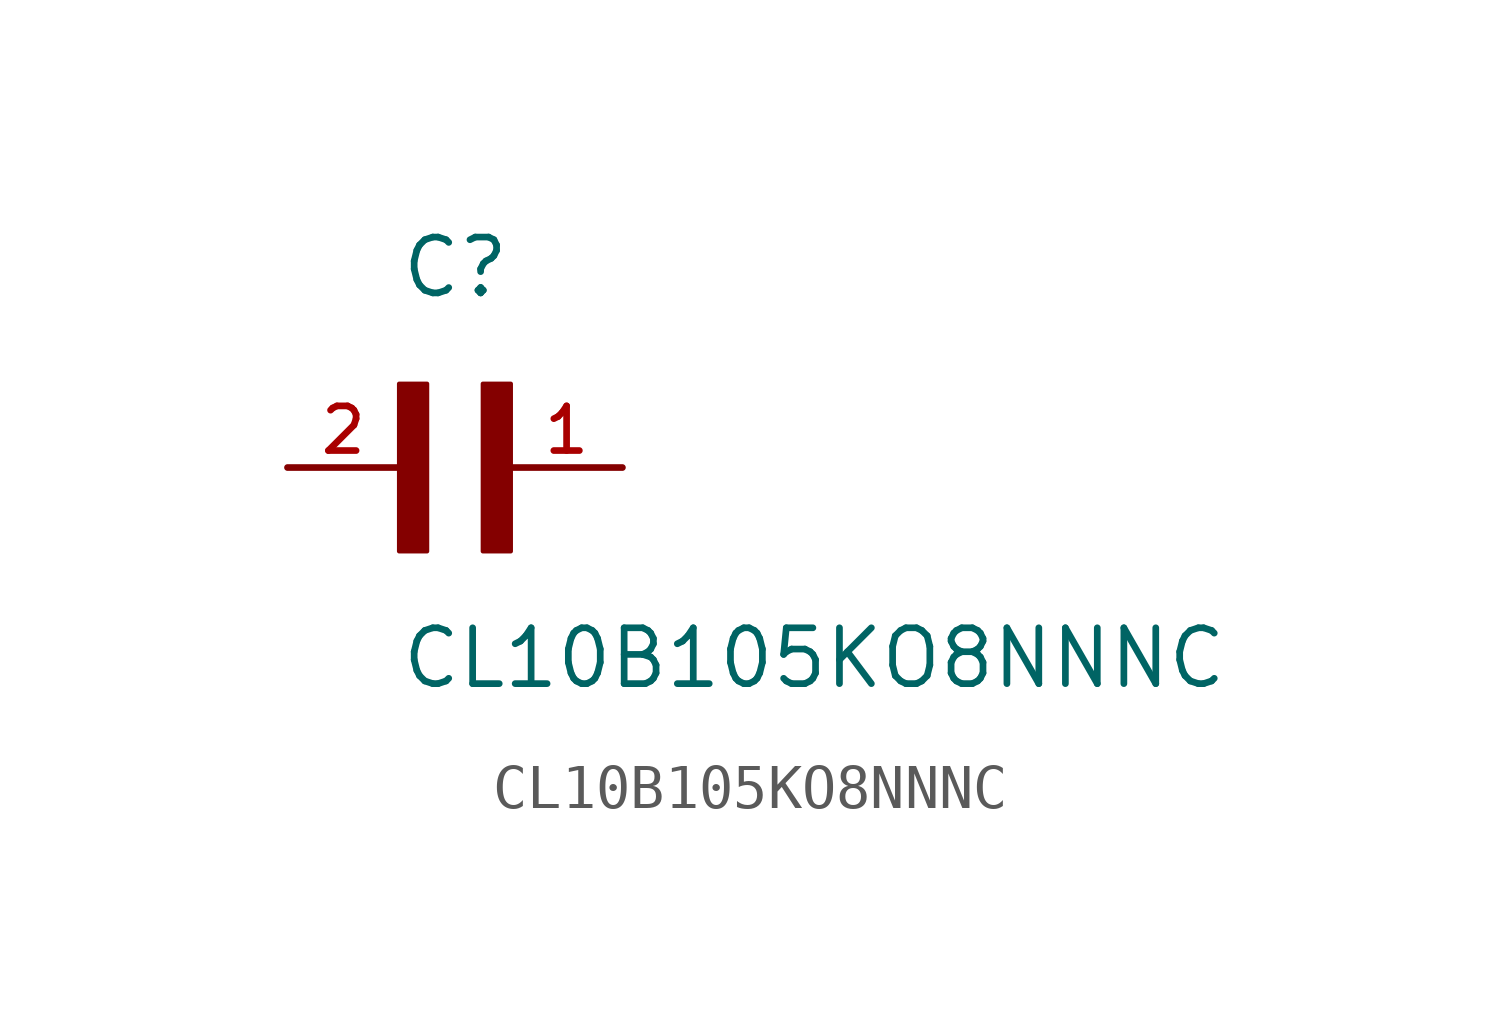
<source format=kicad_sym>
(kicad_symbol_lib
  (version 20211014)
  (generator kicad_symbol_editor)
  (symbol "CL10B105KO8NNNC"
    (pin_names
      (offset 1.016))
    (property "Reference" "C"
      (at 0.0 3.81 0)
      (effects (font (size 1.27 1.27)) (justify bottom left)))
    (property "Value" "CL10B105KO8NNNC"
      (at 0.0 -5.08 0)
      (effects (font (size 1.27 1.27)) (justify bottom left)))
    (symbol "CL10B105KO8NNNC_0_0"
      (rectangle (start 0.0 -1.905) (end 0.635 1.905) (stroke (width 0.1)) (fill (type outline)))
      (rectangle (start 1.905 -1.905) (end 2.54 1.905) (stroke (width 0.1)) (fill (type outline)))
      (pin passive line (at 5.08 0.0 180.0) (length 2.54) (name "~" (effects (font (size 1.016 1.016)))) (number "1" (effects (font (size 1.016 1.016)))))
      (pin passive line (at -2.54 0.0 0) (length 2.54) (name "~" (effects (font (size 1.016 1.016)))) (number "2" (effects (font (size 1.016 1.016))))))))
</source>
